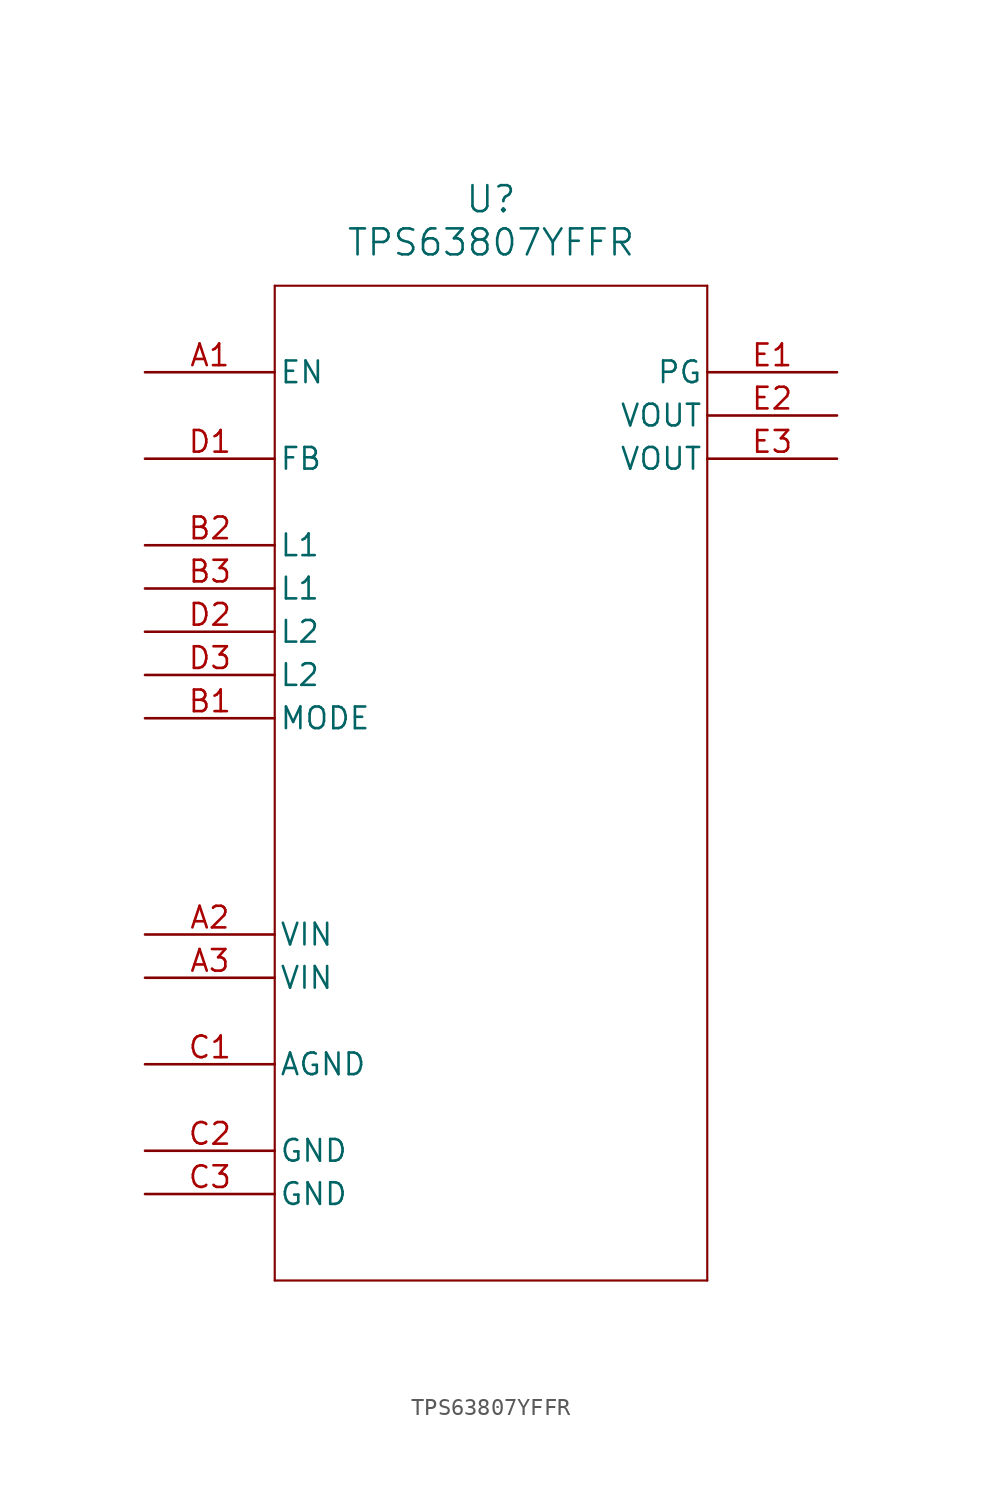
<source format=kicad_sym>
(kicad_symbol_lib
  (version 20211014)
  (generator kicad_symbol_editor)
  (symbol "TPS63807YFFR"
    (pin_names
      (offset 0.254))
    (property "Reference" "U"
      (at 20.32 10.16 0)
      (effects (font (size 1.524 1.524))))
    (property "Value" "TPS63807YFFR"
      (at 20.32 7.62 0)
      (effects (font (size 1.524 1.524))))
    (symbol "TPS63807YFFR_0_1"
      (polyline (pts (xy 7.62 5.08) (xy 7.62 -53.34)) (stroke (width 0.127) (type default) (color 0 0 0 0)) (fill (type none)))
      (polyline (pts (xy 7.62 -53.34) (xy 33.02 -53.34)) (stroke (width 0.127) (type default) (color 0 0 0 0)) (fill (type none)))
      (polyline (pts (xy 33.02 -53.34) (xy 33.02 5.08)) (stroke (width 0.127) (type default) (color 0 0 0 0)) (fill (type none)))
      (polyline (pts (xy 33.02 5.08) (xy 7.62 5.08)) (stroke (width 0.127) (type default) (color 0 0 0 0)) (fill (type none)))
      (pin input line (at 0 0 0) (length 7.62) (name "EN" (effects (font (size 1.27 1.27)))) (number "A1" (effects (font (size 1.27 1.27)))))
      (pin power_in line (at 0 -33.02 0) (length 7.62) (name "VIN" (effects (font (size 1.27 1.27)))) (number "A2" (effects (font (size 1.27 1.27)))))
      (pin power_in line (at 0 -35.56 0) (length 7.62) (name "VIN" (effects (font (size 1.27 1.27)))) (number "A3" (effects (font (size 1.27 1.27)))))
      (pin bidirectional line (at 0 -20.32 0) (length 7.62) (name "MODE" (effects (font (size 1.27 1.27)))) (number "B1" (effects (font (size 1.27 1.27)))))
      (pin bidirectional line (at 0 -10.16 0) (length 7.62) (name "L1" (effects (font (size 1.27 1.27)))) (number "B2" (effects (font (size 1.27 1.27)))))
      (pin bidirectional line (at 0 -12.7 0) (length 7.62) (name "L1" (effects (font (size 1.27 1.27)))) (number "B3" (effects (font (size 1.27 1.27)))))
      (pin power_out line (at 0 -40.64 0) (length 7.62) (name "AGND" (effects (font (size 1.27 1.27)))) (number "C1" (effects (font (size 1.27 1.27)))))
      (pin power_out line (at 0 -45.72 0) (length 7.62) (name "GND" (effects (font (size 1.27 1.27)))) (number "C2" (effects (font (size 1.27 1.27)))))
      (pin power_out line (at 0 -48.26 0) (length 7.62) (name "GND" (effects (font (size 1.27 1.27)))) (number "C3" (effects (font (size 1.27 1.27)))))
      (pin bidirectional line (at 0 -5.08 0) (length 7.62) (name "FB" (effects (font (size 1.27 1.27)))) (number "D1" (effects (font (size 1.27 1.27)))))
      (pin bidirectional line (at 0 -15.24 0) (length 7.62) (name "L2" (effects (font (size 1.27 1.27)))) (number "D2" (effects (font (size 1.27 1.27)))))
      (pin bidirectional line (at 0 -17.78 0) (length 7.62) (name "L2" (effects (font (size 1.27 1.27)))) (number "D3" (effects (font (size 1.27 1.27)))))
      (pin output line (at 40.64 0 180) (length 7.62) (name "PG" (effects (font (size 1.27 1.27)))) (number "E1" (effects (font (size 1.27 1.27)))))
      (pin output line (at 40.64 -2.54 180) (length 7.62) (name "VOUT" (effects (font (size 1.27 1.27)))) (number "E2" (effects (font (size 1.27 1.27)))))
      (pin output line (at 40.64 -5.08 180) (length 7.62) (name "VOUT" (effects (font (size 1.27 1.27)))) (number "E3" (effects (font (size 1.27 1.27))))))))
</source>
